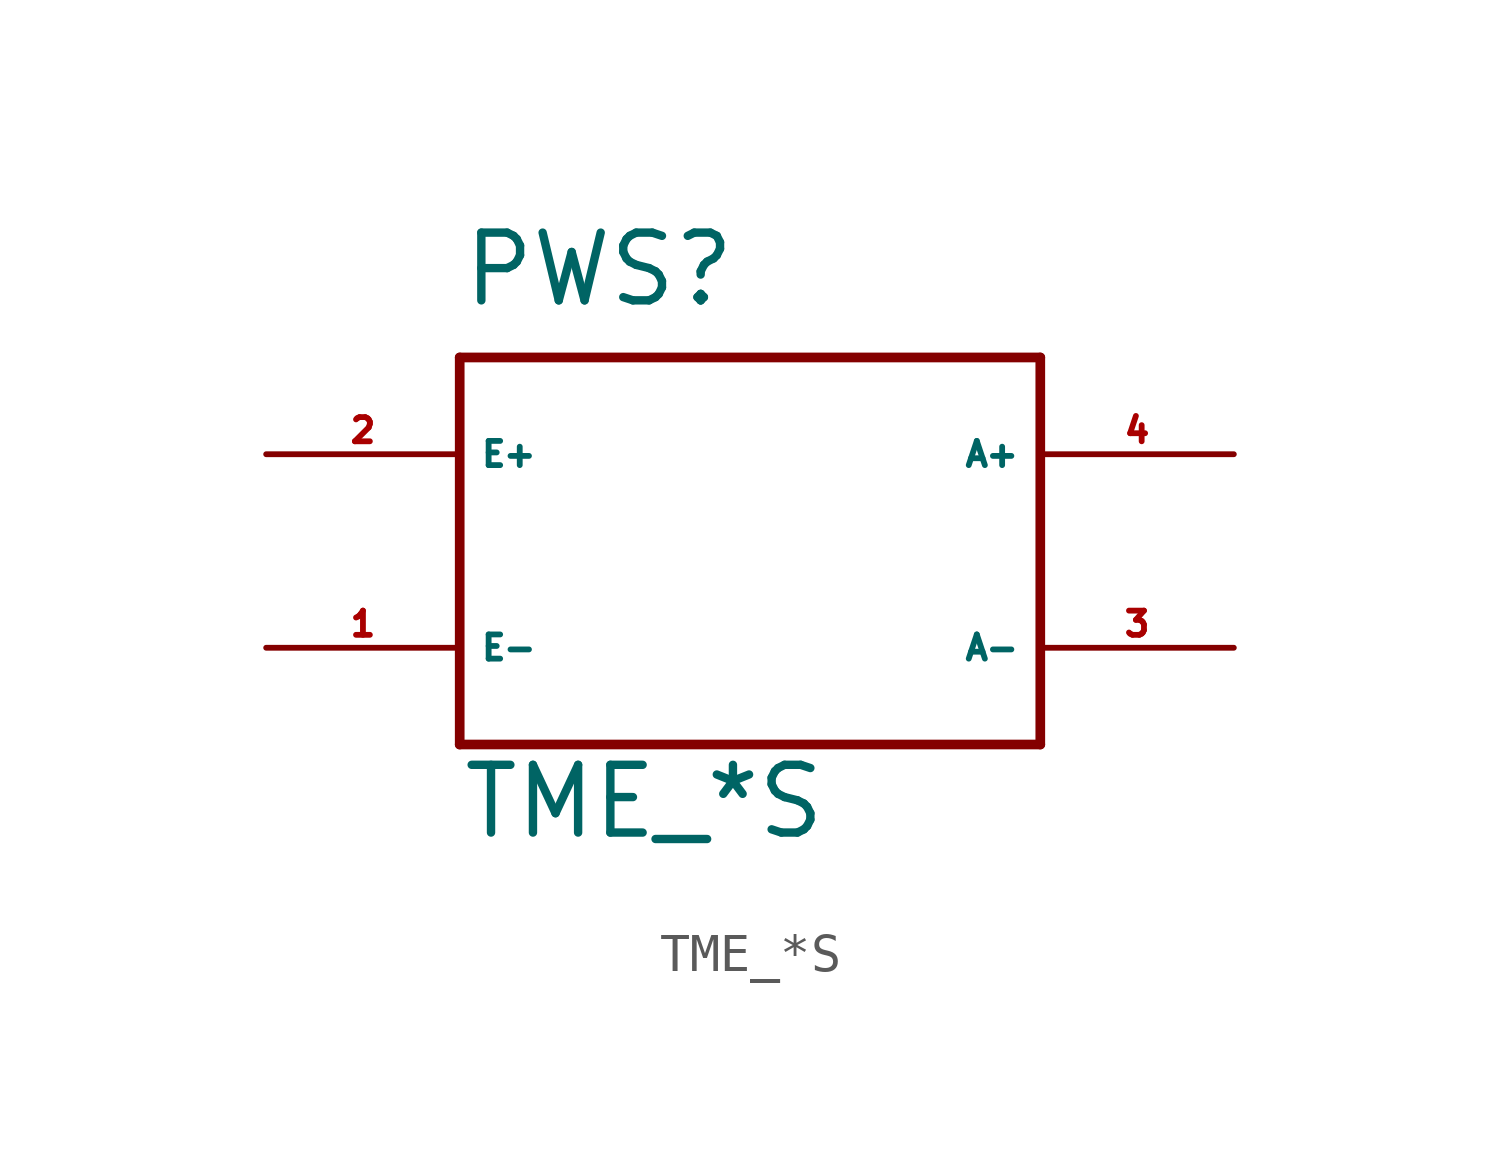
<source format=kicad_sym>
(kicad_symbol_lib
  (version 20220914)
  (generator Eagle2Kicad)
  (symbol "TME_*S"
    (property "Reference" "PWS"
      (at -7.62 6.35 0)
      (effects (font (size 1.778 1.778) (thickness 0.22)) (justify left bottom)))
    (property "Value" "TME_*S"
      (at -7.62 -7.62 0)
      (effects (font (size 1.778 1.778) (thickness 0.22)) (justify left bottom)))
    (polyline
      (pts (xy -7.62 5.08) (xy 7.62 5.08))
      (stroke (width 0.254) (type default))
      (fill (type none)))
    (polyline
      (pts (xy 7.62 5.08) (xy 7.62 -5.08))
      (stroke (width 0.254) (type default))
      (fill (type none)))
    (polyline
      (pts (xy 7.62 -5.08) (xy -7.62 -5.08))
      (stroke (width 0.254) (type default))
      (fill (type none)))
    (polyline
      (pts (xy -7.62 -5.08) (xy -7.62 5.08))
      (stroke (width 0.254) (type default))
      (fill (type none)))
    (pin input line
      (at -12.7 2.54 0)
      (length 5.08)
      (name "E+" (effects (font (size 0.635 0.635) (thickness 0.08)) (justify left bottom)))
      (number "2" (effects (font (size 0.635 0.635) (thickness 0.08)) (justify left bottom))))
    (pin input line
      (at -12.7 -2.54 0)
      (length 5.08)
      (name "E-" (effects (font (size 0.635 0.635) (thickness 0.08)) (justify left bottom)))
      (number "1" (effects (font (size 0.635 0.635) (thickness 0.08)) (justify left bottom))))
    (pin output line
      (at 12.7 2.54 180)
      (length 5.08)
      (name "A+" (effects (font (size 0.635 0.635) (thickness 0.08)) (justify left bottom)))
      (number "4" (effects (font (size 0.635 0.635) (thickness 0.08)) (justify left bottom))))
    (pin output line
      (at 12.7 -2.54 180)
      (length 5.08)
      (name "A-" (effects (font (size 0.635 0.635) (thickness 0.08)) (justify left bottom)))
      (number "3" (effects (font (size 0.635 0.635) (thickness 0.08)) (justify left bottom))))))
</source>
